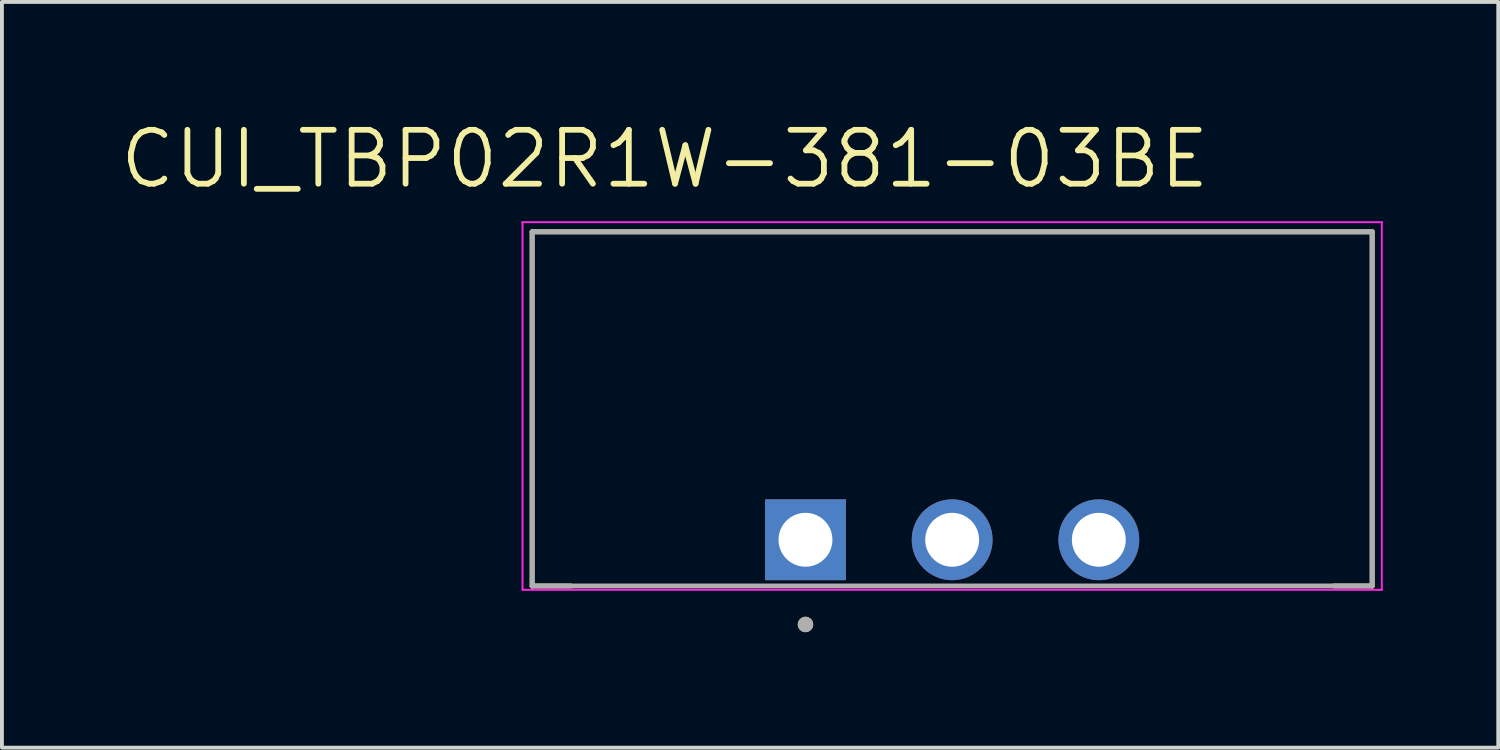
<source format=kicad_pcb>
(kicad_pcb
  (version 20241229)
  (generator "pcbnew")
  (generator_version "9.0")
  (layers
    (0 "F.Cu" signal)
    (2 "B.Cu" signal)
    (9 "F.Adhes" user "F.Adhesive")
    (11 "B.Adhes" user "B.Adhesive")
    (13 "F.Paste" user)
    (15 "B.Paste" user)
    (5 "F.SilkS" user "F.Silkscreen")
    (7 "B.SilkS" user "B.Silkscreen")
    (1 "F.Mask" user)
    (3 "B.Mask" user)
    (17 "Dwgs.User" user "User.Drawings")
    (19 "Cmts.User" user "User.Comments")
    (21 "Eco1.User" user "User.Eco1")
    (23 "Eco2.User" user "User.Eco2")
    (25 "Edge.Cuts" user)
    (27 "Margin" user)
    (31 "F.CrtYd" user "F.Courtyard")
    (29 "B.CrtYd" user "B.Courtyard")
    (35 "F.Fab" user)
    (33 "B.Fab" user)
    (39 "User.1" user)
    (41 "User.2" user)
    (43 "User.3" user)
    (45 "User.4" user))
  (footprint "CUI_TBP02R1W-381-03BE"
    (layer "F.Cu")
    (at 17.873 10.971)
    (property "Reference" "CUI_TBP02R1W-381-03BE" (at -3.655 -9.889 0) (layer "F.SilkS") (effects (font (size 1.4 1.4) (thickness 0.15))))
    (attr through_hole)
    (fp_line (start -7.1 -8) (end 14.72 -8) (stroke (width 0.127) (type solid)) (layer "F.SilkS"))
    (fp_line (start -7.1 1.2) (end -7.1 -8) (stroke (width 0.127) (type solid)) (layer "F.SilkS"))
    (fp_line (start -7.1 1.2) (end -6.1 1.2) (stroke (width 0.127) (type solid)) (layer "F.SilkS"))
    (fp_line (start 14.72 -8) (end 14.72 1.2) (stroke (width 0.127) (type solid)) (layer "F.SilkS"))
    (fp_line (start 14.72 1.2) (end 13.72 1.2) (stroke (width 0.127) (type solid)) (layer "F.SilkS"))
    (fp_circle (center 0 2.2) (end 0.1 2.2) (stroke (width 0.2) (type solid)) (fill no) (layer "F.SilkS"))
    (fp_line (start -7.35 -8.25) (end 14.97 -8.25) (stroke (width 0.05) (type solid)) (layer "F.CrtYd"))
    (fp_line (start -7.35 1.3) (end -7.35 -8.25) (stroke (width 0.05) (type solid)) (layer "F.CrtYd"))
    (fp_line (start 14.97 -8.25) (end 14.97 1.3) (stroke (width 0.05) (type solid)) (layer "F.CrtYd"))
    (fp_line (start 14.97 1.3) (end -7.35 1.3) (stroke (width 0.05) (type solid)) (layer "F.CrtYd"))
    (fp_line (start -7.1 -8) (end 14.72 -8) (stroke (width 0.127) (type solid)) (layer "F.Fab"))
    (fp_line (start -7.1 1.2) (end -7.1 -8) (stroke (width 0.127) (type solid)) (layer "F.Fab"))
    (fp_line (start 14.72 -8) (end 14.72 1.2) (stroke (width 0.127) (type solid)) (layer "F.Fab"))
    (fp_line (start 14.72 1.2) (end -7.1 1.2) (stroke (width 0.127) (type solid)) (layer "F.Fab"))
    (fp_circle (center 0 2.2) (end 0.1 2.2) (stroke (width 0.2) (type solid)) (fill no) (layer "F.Fab"))
    (pad "1" thru_hole rect (at 0 0) (size 2.1 2.1) (drill 1.4) (layers "*.Cu" "*.Mask"))
    (pad "2" thru_hole circle (at 3.81 0) (size 2.1 2.1) (drill 1.4) (layers "*.Cu" "*.Mask"))
    (pad "3" thru_hole circle (at 7.62 0) (size 2.1 2.1) (drill 1.4) (layers "*.Cu" "*.Mask")))
  (gr_rect
    (start -3 -3)
    (end 35.868 16.371)
    (stroke (width 0.1) (type default))
    (fill no)
    (layer "Edge.Cuts")))
</source>
